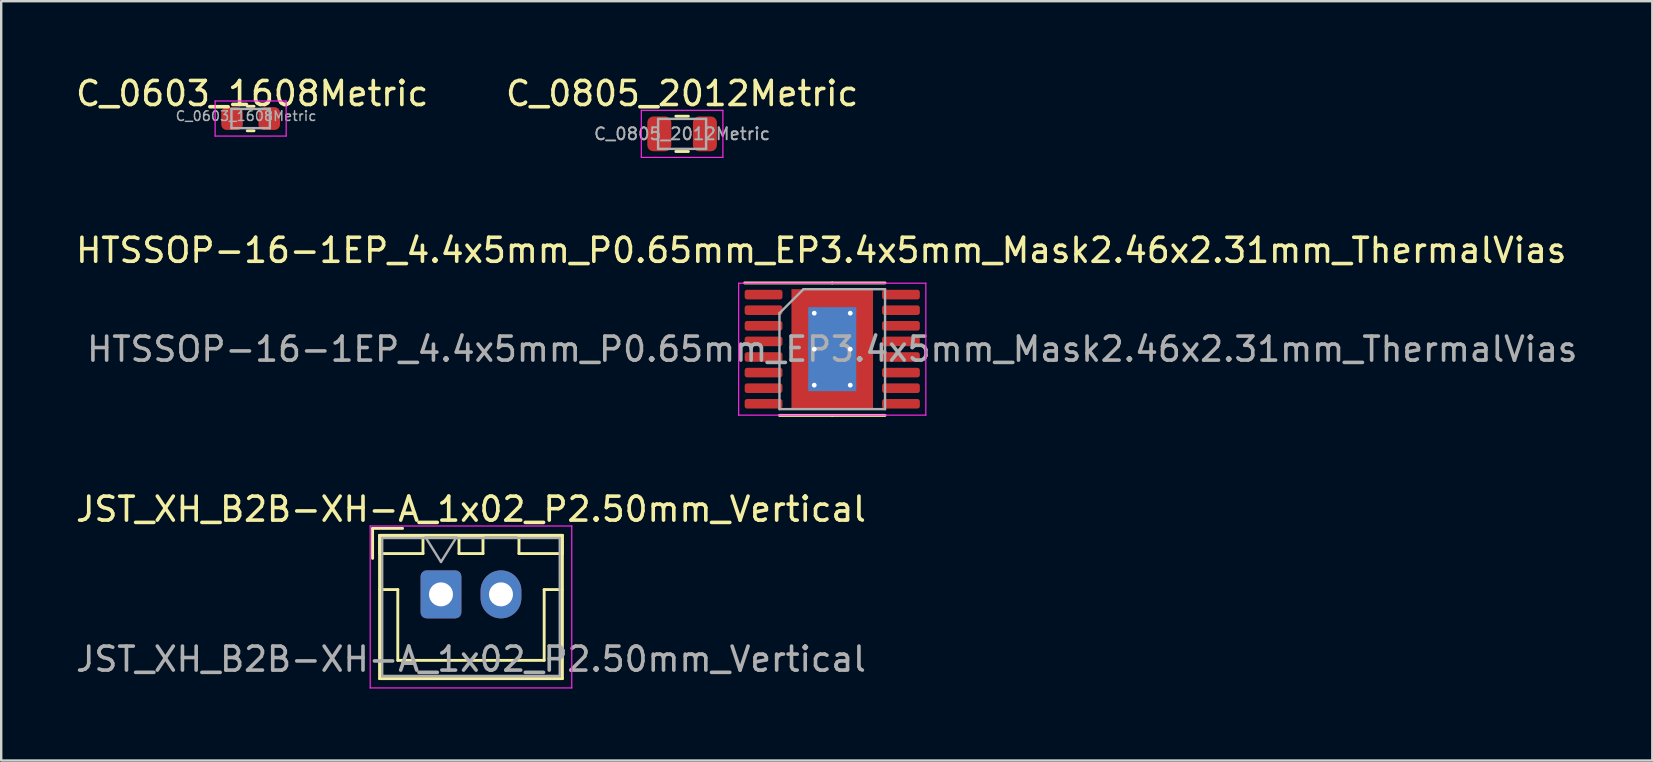
<source format=kicad_pcb>
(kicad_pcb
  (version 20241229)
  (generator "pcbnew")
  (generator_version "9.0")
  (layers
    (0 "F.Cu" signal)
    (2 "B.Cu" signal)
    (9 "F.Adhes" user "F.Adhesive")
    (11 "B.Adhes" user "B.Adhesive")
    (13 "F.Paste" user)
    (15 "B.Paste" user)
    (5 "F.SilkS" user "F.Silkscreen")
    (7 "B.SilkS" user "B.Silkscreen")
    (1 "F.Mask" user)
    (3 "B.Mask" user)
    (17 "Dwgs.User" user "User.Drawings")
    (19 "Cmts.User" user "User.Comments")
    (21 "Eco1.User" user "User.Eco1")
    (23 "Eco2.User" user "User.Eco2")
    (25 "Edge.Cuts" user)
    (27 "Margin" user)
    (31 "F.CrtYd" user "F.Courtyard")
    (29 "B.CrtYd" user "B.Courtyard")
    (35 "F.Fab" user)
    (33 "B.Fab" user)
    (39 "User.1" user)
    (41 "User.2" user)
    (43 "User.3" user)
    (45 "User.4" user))
  (footprint "C_0805_2012Metric"
    (layer "F.Cu")
    (at 25.375 2.528)
    (property "Reference" "C_0805_2012Metric" (at 0 -1.68 180) (layer "F.SilkS") (effects (font (size 1 1) (thickness 0.15))))
    (attr smd)
    (fp_line (start -0.261 -0.735) (end 0.261 -0.735) (stroke (width 0.12) (type solid)) (layer "F.SilkS"))
    (fp_line (start -0.261 0.735) (end 0.261 0.735) (stroke (width 0.12) (type solid)) (layer "F.SilkS"))
    (fp_line (start -1.7 -0.98) (end 1.7 -0.98) (stroke (width 0.05) (type solid)) (layer "F.CrtYd"))
    (fp_line (start -1.7 0.98) (end -1.7 -0.98) (stroke (width 0.05) (type solid)) (layer "F.CrtYd"))
    (fp_line (start 1.7 -0.98) (end 1.7 0.98) (stroke (width 0.05) (type solid)) (layer "F.CrtYd"))
    (fp_line (start 1.7 0.98) (end -1.7 0.98) (stroke (width 0.05) (type solid)) (layer "F.CrtYd"))
    (fp_line (start -1 -0.625) (end 1 -0.625) (stroke (width 0.1) (type solid)) (layer "F.Fab"))
    (fp_line (start -1 0.625) (end -1 -0.625) (stroke (width 0.1) (type solid)) (layer "F.Fab"))
    (fp_line (start 1 -0.625) (end 1 0.625) (stroke (width 0.1) (type solid)) (layer "F.Fab"))
    (fp_line (start 1 0.625) (end -1 0.625) (stroke (width 0.1) (type solid)) (layer "F.Fab"))
    (fp_text user "${REFERENCE}" (at 0 0 180) (layer "F.Fab") (effects (font (size 0.5 0.5) (thickness 0.08))))
    (pad "1" smd roundrect (at -0.95 0) (size 1 1.45) (layers "F.Cu" "F.Mask" "F.Paste") (roundrect_rratio 0.25))
    (pad "2" smd roundrect (at 0.95 0) (size 1 1.45) (layers "F.Cu" "F.Mask" "F.Paste") (roundrect_rratio 0.25)))
  (footprint "JST_XH_B2B-XH-A_1x02_P2.50mm_Vertical"
    (layer "F.Cu")
    (at 15.327 21.719)
    (property "Reference" "JST_XH_B2B-XH-A_1x02_P2.50mm_Vertical" (at 1.25 -3.55 180) (layer "F.SilkS") (effects (font (size 1 1) (thickness 0.15))))
    (attr through_hole)
    (fp_line (start -2.85 -2.75) (end -2.85 -1.5) (stroke (width 0.12) (type solid)) (layer "F.SilkS"))
    (fp_line (start -2.56 -2.46) (end -2.56 3.51) (stroke (width 0.12) (type solid)) (layer "F.SilkS"))
    (fp_line (start -2.56 3.51) (end 5.06 3.51) (stroke (width 0.12) (type solid)) (layer "F.SilkS"))
    (fp_line (start -2.55 -2.45) (end -2.55 -1.7) (stroke (width 0.12) (type solid)) (layer "F.SilkS"))
    (fp_line (start -2.55 -1.7) (end -0.75 -1.7) (stroke (width 0.12) (type solid)) (layer "F.SilkS"))
    (fp_line (start -2.55 -0.2) (end -1.8 -0.2) (stroke (width 0.12) (type solid)) (layer "F.SilkS"))
    (fp_line (start -1.8 -0.2) (end -1.8 2.75) (stroke (width 0.12) (type solid)) (layer "F.SilkS"))
    (fp_line (start -1.8 2.75) (end 1.25 2.75) (stroke (width 0.12) (type solid)) (layer "F.SilkS"))
    (fp_line (start -1.6 -2.75) (end -2.85 -2.75) (stroke (width 0.12) (type solid)) (layer "F.SilkS"))
    (fp_line (start -0.75 -2.45) (end -2.55 -2.45) (stroke (width 0.12) (type solid)) (layer "F.SilkS"))
    (fp_line (start -0.75 -1.7) (end -0.75 -2.45) (stroke (width 0.12) (type solid)) (layer "F.SilkS"))
    (fp_line (start 0.75 -2.45) (end 0.75 -1.7) (stroke (width 0.12) (type solid)) (layer "F.SilkS"))
    (fp_line (start 0.75 -1.7) (end 1.75 -1.7) (stroke (width 0.12) (type solid)) (layer "F.SilkS"))
    (fp_line (start 1.75 -2.45) (end 0.75 -2.45) (stroke (width 0.12) (type solid)) (layer "F.SilkS"))
    (fp_line (start 1.75 -1.7) (end 1.75 -2.45) (stroke (width 0.12) (type solid)) (layer "F.SilkS"))
    (fp_line (start 3.25 -2.45) (end 3.25 -1.7) (stroke (width 0.12) (type solid)) (layer "F.SilkS"))
    (fp_line (start 3.25 -1.7) (end 5.05 -1.7) (stroke (width 0.12) (type solid)) (layer "F.SilkS"))
    (fp_line (start 4.3 -0.2) (end 4.3 2.75) (stroke (width 0.12) (type solid)) (layer "F.SilkS"))
    (fp_line (start 4.3 2.75) (end 1.25 2.75) (stroke (width 0.12) (type solid)) (layer "F.SilkS"))
    (fp_line (start 5.05 -2.45) (end 3.25 -2.45) (stroke (width 0.12) (type solid)) (layer "F.SilkS"))
    (fp_line (start 5.05 -1.7) (end 5.05 -2.45) (stroke (width 0.12) (type solid)) (layer "F.SilkS"))
    (fp_line (start 5.05 -0.2) (end 4.3 -0.2) (stroke (width 0.12) (type solid)) (layer "F.SilkS"))
    (fp_line (start 5.06 -2.46) (end -2.56 -2.46) (stroke (width 0.12) (type solid)) (layer "F.SilkS"))
    (fp_line (start 5.06 3.51) (end 5.06 -2.46) (stroke (width 0.12) (type solid)) (layer "F.SilkS"))
    (fp_line (start -2.95 -2.85) (end -2.95 3.9) (stroke (width 0.05) (type solid)) (layer "F.CrtYd"))
    (fp_line (start -2.95 3.9) (end 5.45 3.9) (stroke (width 0.05) (type solid)) (layer "F.CrtYd"))
    (fp_line (start 5.45 -2.85) (end -2.95 -2.85) (stroke (width 0.05) (type solid)) (layer "F.CrtYd"))
    (fp_line (start 5.45 3.9) (end 5.45 -2.85) (stroke (width 0.05) (type solid)) (layer "F.CrtYd"))
    (fp_line (start -2.45 -2.35) (end -2.45 3.4) (stroke (width 0.1) (type solid)) (layer "F.Fab"))
    (fp_line (start -2.45 3.4) (end 4.95 3.4) (stroke (width 0.1) (type solid)) (layer "F.Fab"))
    (fp_line (start -0.625 -2.35) (end 0 -1.35) (stroke (width 0.1) (type solid)) (layer "F.Fab"))
    (fp_line (start 0 -1.35) (end 0.625 -2.35) (stroke (width 0.1) (type solid)) (layer "F.Fab"))
    (fp_line (start 4.95 -2.35) (end -2.45 -2.35) (stroke (width 0.1) (type solid)) (layer "F.Fab"))
    (fp_line (start 4.95 3.4) (end 4.95 -2.35) (stroke (width 0.1) (type solid)) (layer "F.Fab"))
    (fp_text user "${REFERENCE}" (at 1.25 2.7 180) (layer "F.Fab") (effects (font (size 1 1) (thickness 0.15))))
    (pad "1" thru_hole roundrect (at 0 0) (size 1.7 2) (drill 1) (layers "*.Cu" "*.Mask") (roundrect_rratio 0.147))
    (pad "2" thru_hole oval (at 2.5 0) (size 1.7 2) (drill 1) (layers "*.Cu" "*.Mask")))
  (footprint "HTSSOP-16-1EP_4.4x5mm_P0.65mm_EP3.4x5mm_Mask2.46x2.31mm_ThermalVias"
    (layer "F.Cu")
    (at 31.632 11.501)
    (property "Reference" "HTSSOP-16-1EP_4.4x5mm_P0.65mm_EP3.4x5mm_Mask2.46x2.31mm_ThermalVias" (at -0.459 -4.119 180) (layer "F.SilkS") (effects (font (size 1 1) (thickness 0.15))))
    (attr smd)
    (fp_line (start 0 -2.76) (end -3.65 -2.76) (stroke (width 0.12) (type solid)) (layer "F.SilkS"))
    (fp_line (start 0 -2.76) (end 2.2 -2.76) (stroke (width 0.12) (type solid)) (layer "F.SilkS"))
    (fp_line (start 0 2.76) (end -2.2 2.76) (stroke (width 0.12) (type solid)) (layer "F.SilkS"))
    (fp_line (start 0 2.76) (end 2.2 2.76) (stroke (width 0.12) (type solid)) (layer "F.SilkS"))
    (fp_line (start -3.9 -2.75) (end -3.9 2.75) (stroke (width 0.05) (type solid)) (layer "F.CrtYd"))
    (fp_line (start -3.9 2.75) (end 3.9 2.75) (stroke (width 0.05) (type solid)) (layer "F.CrtYd"))
    (fp_line (start 3.9 -2.75) (end -3.9 -2.75) (stroke (width 0.05) (type solid)) (layer "F.CrtYd"))
    (fp_line (start 3.9 2.75) (end 3.9 -2.75) (stroke (width 0.05) (type solid)) (layer "F.CrtYd"))
    (fp_line (start -2.2 -1.5) (end -1.2 -2.5) (stroke (width 0.1) (type solid)) (layer "F.Fab"))
    (fp_line (start -2.2 2.5) (end -2.2 -1.5) (stroke (width 0.1) (type solid)) (layer "F.Fab"))
    (fp_line (start -1.2 -2.5) (end 2.2 -2.5) (stroke (width 0.1) (type solid)) (layer "F.Fab"))
    (fp_line (start 2.2 -2.5) (end 2.2 2.5) (stroke (width 0.1) (type solid)) (layer "F.Fab"))
    (fp_line (start 2.2 2.5) (end -2.2 2.5) (stroke (width 0.1) (type solid)) (layer "F.Fab"))
    (fp_text user "${REFERENCE}" (at 0 0 180) (layer "F.Fab") (effects (font (size 1 1) (thickness 0.15))))
    (pad "" smd roundrect (at 0 -0.58) (size 1.98 0.93) (layers "F.Paste") (roundrect_rratio 0.25))
    (pad "" smd rect (at 0 0) (size 2.46 2.31) (layers "F.Mask"))
    (pad "" smd roundrect (at 0 0.58) (size 1.98 0.93) (layers "F.Paste") (roundrect_rratio 0.25))
    (pad "1" smd roundrect (at -2.862 -2.275) (size 1.575 0.4) (layers "F.Cu" "F.Mask" "F.Paste") (roundrect_rratio 0.25))
    (pad "2" smd roundrect (at -2.862 -1.625) (size 1.575 0.4) (layers "F.Cu" "F.Mask" "F.Paste") (roundrect_rratio 0.25))
    (pad "3" smd roundrect (at -2.862 -0.975) (size 1.575 0.4) (layers "F.Cu" "F.Mask" "F.Paste") (roundrect_rratio 0.25))
    (pad "4" smd roundrect (at -2.862 -0.325) (size 1.575 0.4) (layers "F.Cu" "F.Mask" "F.Paste") (roundrect_rratio 0.25))
    (pad "5" smd roundrect (at -2.862 0.325) (size 1.575 0.4) (layers "F.Cu" "F.Mask" "F.Paste") (roundrect_rratio 0.25))
    (pad "6" smd roundrect (at -2.862 0.975) (size 1.575 0.4) (layers "F.Cu" "F.Mask" "F.Paste") (roundrect_rratio 0.25))
    (pad "7" smd roundrect (at -2.862 1.625) (size 1.575 0.4) (layers "F.Cu" "F.Mask" "F.Paste") (roundrect_rratio 0.25))
    (pad "8" smd roundrect (at -2.862 2.275) (size 1.575 0.4) (layers "F.Cu" "F.Mask" "F.Paste") (roundrect_rratio 0.25))
    (pad "9" smd roundrect (at 2.862 2.275) (size 1.575 0.4) (layers "F.Cu" "F.Mask" "F.Paste") (roundrect_rratio 0.25))
    (pad "10" smd roundrect (at 2.862 1.625) (size 1.575 0.4) (layers "F.Cu" "F.Mask" "F.Paste") (roundrect_rratio 0.25))
    (pad "11" smd roundrect (at 2.862 0.975) (size 1.575 0.4) (layers "F.Cu" "F.Mask" "F.Paste") (roundrect_rratio 0.25))
    (pad "12" smd roundrect (at 2.862 0.325) (size 1.575 0.4) (layers "F.Cu" "F.Mask" "F.Paste") (roundrect_rratio 0.25))
    (pad "13" smd roundrect (at 2.862 -0.325) (size 1.575 0.4) (layers "F.Cu" "F.Mask" "F.Paste") (roundrect_rratio 0.25))
    (pad "14" smd roundrect (at 2.862 -0.975) (size 1.575 0.4) (layers "F.Cu" "F.Mask" "F.Paste") (roundrect_rratio 0.25))
    (pad "15" smd roundrect (at 2.862 -1.625) (size 1.575 0.4) (layers "F.Cu" "F.Mask" "F.Paste") (roundrect_rratio 0.25))
    (pad "16" smd roundrect (at 2.862 -2.275) (size 1.575 0.4) (layers "F.Cu" "F.Mask" "F.Paste") (roundrect_rratio 0.25))
    (pad "17" thru_hole circle (at -0.75 -1.5) (size 0.5 0.5) (drill 0.2) (layers "*.Cu"))
    (pad "17" thru_hole circle (at -0.75 0) (size 0.5 0.5) (drill 0.2) (layers "*.Cu"))
    (pad "17" thru_hole circle (at -0.75 1.5) (size 0.5 0.5) (drill 0.2) (layers "*.Cu"))
    (pad "17" smd rect (at 0 0) (size 2 3.5) (layers "B.Cu"))
    (pad "17" smd rect (at 0 0) (size 3.4 5) (layers "F.Cu"))
    (pad "17" thru_hole circle (at 0.75 -1.5) (size 0.5 0.5) (drill 0.2) (layers "*.Cu"))
    (pad "17" thru_hole circle (at 0.75 0) (size 0.5 0.5) (drill 0.2) (layers "*.Cu"))
    (pad "17" thru_hole circle (at 0.75 1.5) (size 0.5 0.5) (drill 0.2) (layers "*.Cu")))
  (footprint "C_0603_1608Metric"
    (layer "F.Cu")
    (at 7.395 1.89)
    (property "Reference" "C_0603_1608Metric" (at 0.063 -1.041 0) (layer "F.SilkS") (effects (font (size 1 1) (thickness 0.15))))
    (attr smd)
    (fp_line (start -0.141 -0.51) (end 0.141 -0.51) (stroke (width 0.12) (type solid)) (layer "F.SilkS"))
    (fp_line (start -0.141 0.51) (end 0.141 0.51) (stroke (width 0.12) (type solid)) (layer "F.SilkS"))
    (fp_line (start -1.48 -0.73) (end 1.48 -0.73) (stroke (width 0.05) (type solid)) (layer "F.CrtYd"))
    (fp_line (start -1.48 0.73) (end -1.48 -0.73) (stroke (width 0.05) (type solid)) (layer "F.CrtYd"))
    (fp_line (start 1.48 -0.73) (end 1.48 0.73) (stroke (width 0.05) (type solid)) (layer "F.CrtYd"))
    (fp_line (start 1.48 0.73) (end -1.48 0.73) (stroke (width 0.05) (type solid)) (layer "F.CrtYd"))
    (fp_line (start -0.8 -0.4) (end 0.8 -0.4) (stroke (width 0.1) (type solid)) (layer "F.Fab"))
    (fp_line (start -0.8 0.4) (end -0.8 -0.4) (stroke (width 0.1) (type solid)) (layer "F.Fab"))
    (fp_line (start 0.8 -0.4) (end 0.8 0.4) (stroke (width 0.1) (type solid)) (layer "F.Fab"))
    (fp_line (start 0.8 0.4) (end -0.8 0.4) (stroke (width 0.1) (type solid)) (layer "F.Fab"))
    (fp_text user "${REFERENCE}" (at -0.189 -0.103 0) (layer "F.Fab") (effects (font (size 0.4 0.4) (thickness 0.06))))
    (pad "1" smd roundrect (at -0.775 0) (size 0.9 0.95) (layers "F.Cu" "F.Mask" "F.Paste") (roundrect_rratio 0.25))
    (pad "2" smd roundrect (at 0.775 0) (size 0.9 0.95) (layers "F.Cu" "F.Mask" "F.Paste") (roundrect_rratio 0.25)))
  (gr_rect
    (start -3 -3)
    (end 65.805 28.644)
    (stroke (width 0.1) (type default))
    (fill no)
    (layer "Edge.Cuts")))
</source>
